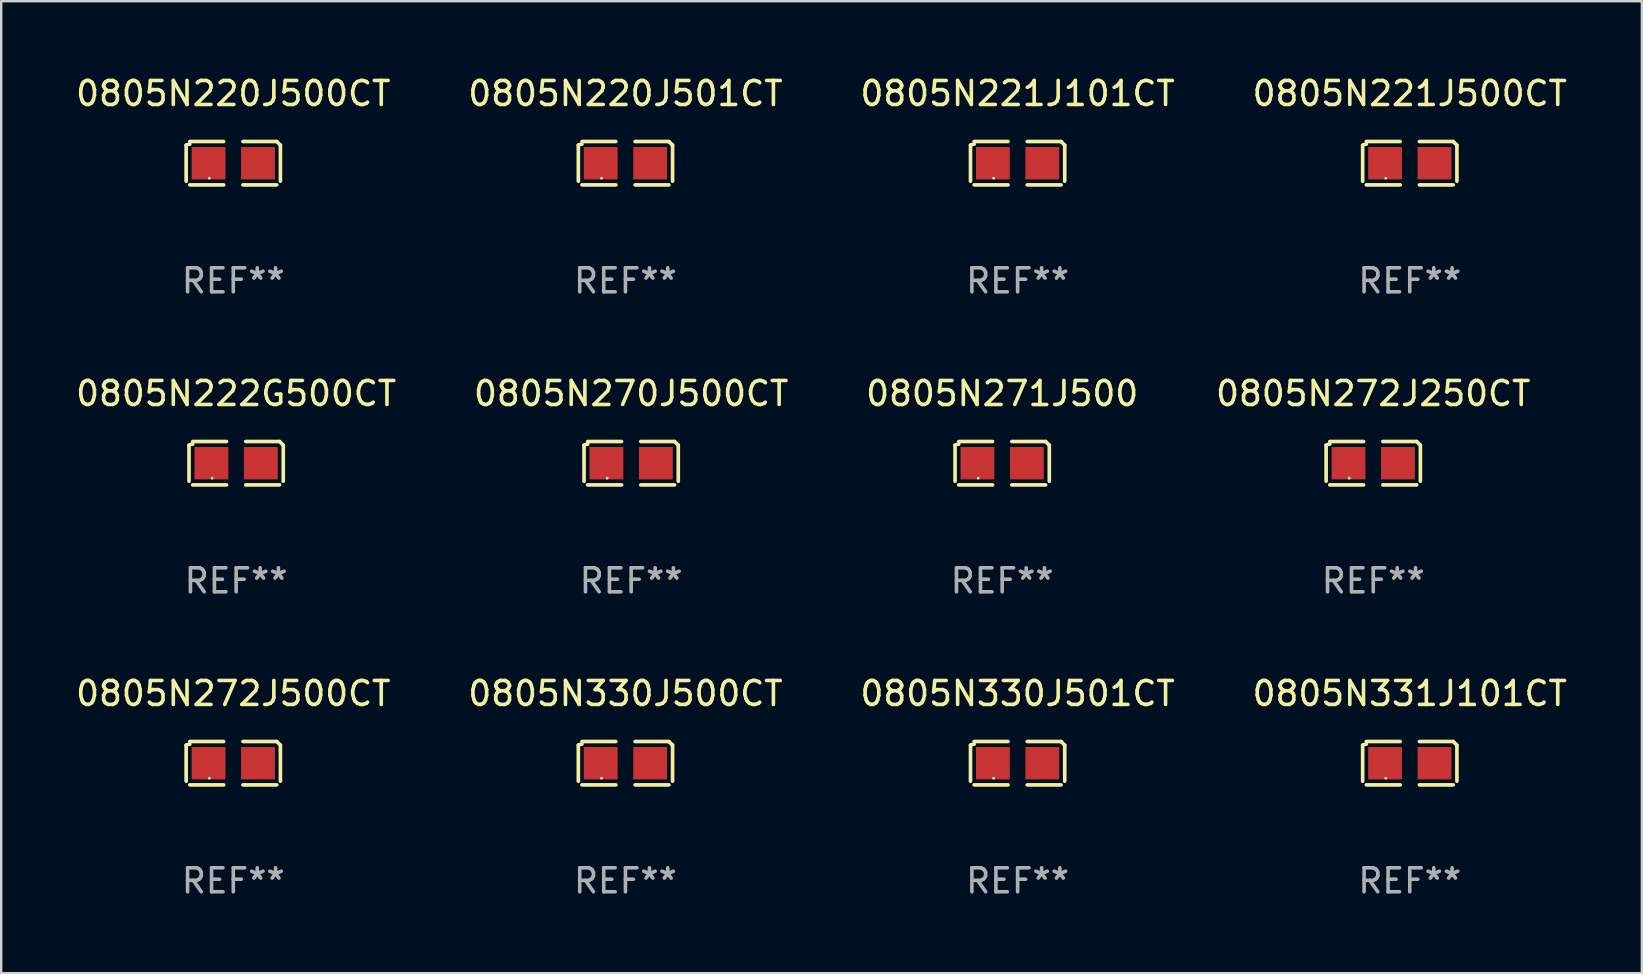
<source format=kicad_pcb>
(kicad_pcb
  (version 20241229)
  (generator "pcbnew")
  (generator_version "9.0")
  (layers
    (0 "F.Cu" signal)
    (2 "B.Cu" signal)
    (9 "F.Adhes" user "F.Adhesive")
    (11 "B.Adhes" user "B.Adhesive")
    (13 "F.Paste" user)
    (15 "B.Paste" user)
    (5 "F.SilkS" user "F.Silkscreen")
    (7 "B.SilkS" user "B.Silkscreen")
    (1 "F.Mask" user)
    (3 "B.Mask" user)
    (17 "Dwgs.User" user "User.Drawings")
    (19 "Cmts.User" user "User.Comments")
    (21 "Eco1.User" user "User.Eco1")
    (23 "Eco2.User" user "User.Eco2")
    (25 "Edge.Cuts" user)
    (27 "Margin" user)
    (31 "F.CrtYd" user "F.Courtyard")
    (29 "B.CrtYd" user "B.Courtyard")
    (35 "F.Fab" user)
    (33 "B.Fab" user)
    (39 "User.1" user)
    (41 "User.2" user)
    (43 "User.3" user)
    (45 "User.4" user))
  (footprint "0805N271J500"
    (layer "F.Cu")
    (at 38.72 16.256)
    (property "Reference" "0805N271J500" (at 0 -2.904 0) (layer "F.SilkS") (effects (font (size 1 1) (thickness 0.15))))
    (attr through_hole)
    (fp_line (start -1.964 0.751) (end -1.964 -0.751) (stroke (width 0.152) (type solid)) (layer "F.SilkS"))
    (fp_line (start -1.811 -0.904) (end -0.401 -0.904) (stroke (width 0.152) (type solid)) (layer "F.SilkS"))
    (fp_line (start -0.401 0.904) (end -1.811 0.904) (stroke (width 0.152) (type solid)) (layer "F.SilkS"))
    (fp_line (start 0.401 0.904) (end 1.811 0.904) (stroke (width 0.152) (type solid)) (layer "F.SilkS"))
    (fp_line (start 1.811 -0.904) (end 0.401 -0.904) (stroke (width 0.152) (type solid)) (layer "F.SilkS"))
    (fp_line (start 1.964 0.751) (end 1.964 -0.751) (stroke (width 0.152) (type solid)) (layer "F.SilkS"))
    (fp_arc (start -1.963602 -0.751207) (mid -1.890354 -0.783131) (end -1.811201 -0.794044) (stroke (width 0.1524) (type solid)) (layer "F.SilkS"))
    (fp_arc (start 1.811202 -0.903607) (mid 1.887413 -0.827418) (end 1.963602 -0.751207) (stroke (width 0.1524) (type solid)) (layer "F.SilkS"))
    (fp_circle (center -1 0.625) (end -0.97 0.625) (stroke (width 0.06) (type solid)) (fill no) (layer "F.SilkS"))
    (fp_text user "REF**" (at 0 4.904 0) (layer "F.Fab") (effects (font (size 1 1) (thickness 0.15))))
    (pad "1" smd rect (at -1.03 0) (size 1.41 1.35) (layers "F.Cu" "F.Mask" "F.Paste"))
    (pad "2" smd rect (at 1.03 0) (size 1.41 1.35) (layers "F.Cu" "F.Mask" "F.Paste")))
  (footprint "0805N221J101CT"
    (layer "F.Cu")
    (at 39.363 3.752)
    (property "Reference" "0805N221J101CT" (at 0 -2.904 0) (layer "F.SilkS") (effects (font (size 1 1) (thickness 0.15))))
    (attr through_hole)
    (fp_line (start -1.964 0.751) (end -1.964 -0.751) (stroke (width 0.152) (type solid)) (layer "F.SilkS"))
    (fp_line (start -1.811 -0.904) (end -0.401 -0.904) (stroke (width 0.152) (type solid)) (layer "F.SilkS"))
    (fp_line (start -0.401 0.904) (end -1.811 0.904) (stroke (width 0.152) (type solid)) (layer "F.SilkS"))
    (fp_line (start 0.401 0.904) (end 1.811 0.904) (stroke (width 0.152) (type solid)) (layer "F.SilkS"))
    (fp_line (start 1.811 -0.904) (end 0.401 -0.904) (stroke (width 0.152) (type solid)) (layer "F.SilkS"))
    (fp_line (start 1.964 0.751) (end 1.964 -0.751) (stroke (width 0.152) (type solid)) (layer "F.SilkS"))
    (fp_arc (start -1.963602 -0.751207) (mid -1.890354 -0.783131) (end -1.811201 -0.794044) (stroke (width 0.1524) (type solid)) (layer "F.SilkS"))
    (fp_arc (start 1.811202 -0.903607) (mid 1.887413 -0.827418) (end 1.963602 -0.751207) (stroke (width 0.1524) (type solid)) (layer "F.SilkS"))
    (fp_circle (center -1 0.625) (end -0.97 0.625) (stroke (width 0.06) (type solid)) (fill no) (layer "F.SilkS"))
    (fp_text user "REF**" (at 0 4.904 0) (layer "F.Fab") (effects (font (size 1 1) (thickness 0.15))))
    (pad "1" smd rect (at -1.03 0) (size 1.41 1.35) (layers "F.Cu" "F.Mask" "F.Paste"))
    (pad "2" smd rect (at 1.03 0) (size 1.41 1.35) (layers "F.Cu" "F.Mask" "F.Paste")))
  (footprint "0805N330J500CT"
    (layer "F.Cu")
    (at 23.018 28.759)
    (property "Reference" "0805N330J500CT" (at 0 -2.904 0) (layer "F.SilkS") (effects (font (size 1 1) (thickness 0.15))))
    (attr through_hole)
    (fp_line (start -1.964 0.751) (end -1.964 -0.751) (stroke (width 0.152) (type solid)) (layer "F.SilkS"))
    (fp_line (start -1.811 -0.904) (end -0.401 -0.904) (stroke (width 0.152) (type solid)) (layer "F.SilkS"))
    (fp_line (start -0.401 0.904) (end -1.811 0.904) (stroke (width 0.152) (type solid)) (layer "F.SilkS"))
    (fp_line (start 0.401 0.904) (end 1.811 0.904) (stroke (width 0.152) (type solid)) (layer "F.SilkS"))
    (fp_line (start 1.811 -0.904) (end 0.401 -0.904) (stroke (width 0.152) (type solid)) (layer "F.SilkS"))
    (fp_line (start 1.964 0.751) (end 1.964 -0.751) (stroke (width 0.152) (type solid)) (layer "F.SilkS"))
    (fp_arc (start -1.963602 -0.751207) (mid -1.890354 -0.783131) (end -1.811201 -0.794044) (stroke (width 0.1524) (type solid)) (layer "F.SilkS"))
    (fp_arc (start 1.811202 -0.903607) (mid 1.887413 -0.827418) (end 1.963602 -0.751207) (stroke (width 0.1524) (type solid)) (layer "F.SilkS"))
    (fp_circle (center -1 0.625) (end -0.97 0.625) (stroke (width 0.06) (type solid)) (fill no) (layer "F.SilkS"))
    (fp_text user "REF**" (at 0 4.904 0) (layer "F.Fab") (effects (font (size 1 1) (thickness 0.15))))
    (pad "1" smd rect (at -1.03 0) (size 1.41 1.35) (layers "F.Cu" "F.Mask" "F.Paste"))
    (pad "2" smd rect (at 1.03 0) (size 1.41 1.35) (layers "F.Cu" "F.Mask" "F.Paste")))
  (footprint "0805N331J101CT"
    (layer "F.Cu")
    (at 55.708 28.759)
    (property "Reference" "0805N331J101CT" (at 0 -2.904 0) (layer "F.SilkS") (effects (font (size 1 1) (thickness 0.15))))
    (attr through_hole)
    (fp_line (start -1.964 0.751) (end -1.964 -0.751) (stroke (width 0.152) (type solid)) (layer "F.SilkS"))
    (fp_line (start -1.811 -0.904) (end -0.401 -0.904) (stroke (width 0.152) (type solid)) (layer "F.SilkS"))
    (fp_line (start -0.401 0.904) (end -1.811 0.904) (stroke (width 0.152) (type solid)) (layer "F.SilkS"))
    (fp_line (start 0.401 0.904) (end 1.811 0.904) (stroke (width 0.152) (type solid)) (layer "F.SilkS"))
    (fp_line (start 1.811 -0.904) (end 0.401 -0.904) (stroke (width 0.152) (type solid)) (layer "F.SilkS"))
    (fp_line (start 1.964 0.751) (end 1.964 -0.751) (stroke (width 0.152) (type solid)) (layer "F.SilkS"))
    (fp_arc (start -1.963602 -0.751207) (mid -1.890354 -0.783131) (end -1.811201 -0.794044) (stroke (width 0.1524) (type solid)) (layer "F.SilkS"))
    (fp_arc (start 1.811202 -0.903607) (mid 1.887413 -0.827418) (end 1.963602 -0.751207) (stroke (width 0.1524) (type solid)) (layer "F.SilkS"))
    (fp_circle (center -1 0.625) (end -0.97 0.625) (stroke (width 0.06) (type solid)) (fill no) (layer "F.SilkS"))
    (fp_text user "REF**" (at 0 4.904 0) (layer "F.Fab") (effects (font (size 1 1) (thickness 0.15))))
    (pad "1" smd rect (at -1.03 0) (size 1.41 1.35) (layers "F.Cu" "F.Mask" "F.Paste"))
    (pad "2" smd rect (at 1.03 0) (size 1.41 1.35) (layers "F.Cu" "F.Mask" "F.Paste")))
  (footprint "0805N270J500CT"
    (layer "F.Cu")
    (at 23.256 16.256)
    (property "Reference" "0805N270J500CT" (at 0 -2.904 0) (layer "F.SilkS") (effects (font (size 1 1) (thickness 0.15))))
    (attr through_hole)
    (fp_line (start -1.964 0.751) (end -1.964 -0.751) (stroke (width 0.152) (type solid)) (layer "F.SilkS"))
    (fp_line (start -1.811 -0.904) (end -0.401 -0.904) (stroke (width 0.152) (type solid)) (layer "F.SilkS"))
    (fp_line (start -0.401 0.904) (end -1.811 0.904) (stroke (width 0.152) (type solid)) (layer "F.SilkS"))
    (fp_line (start 0.401 0.904) (end 1.811 0.904) (stroke (width 0.152) (type solid)) (layer "F.SilkS"))
    (fp_line (start 1.811 -0.904) (end 0.401 -0.904) (stroke (width 0.152) (type solid)) (layer "F.SilkS"))
    (fp_line (start 1.964 0.751) (end 1.964 -0.751) (stroke (width 0.152) (type solid)) (layer "F.SilkS"))
    (fp_arc (start -1.963602 -0.751207) (mid -1.890354 -0.783131) (end -1.811201 -0.794044) (stroke (width 0.1524) (type solid)) (layer "F.SilkS"))
    (fp_arc (start 1.811202 -0.903607) (mid 1.887413 -0.827418) (end 1.963602 -0.751207) (stroke (width 0.1524) (type solid)) (layer "F.SilkS"))
    (fp_circle (center -1 0.625) (end -0.97 0.625) (stroke (width 0.06) (type solid)) (fill no) (layer "F.SilkS"))
    (fp_text user "REF**" (at 0 4.904 0) (layer "F.Fab") (effects (font (size 1 1) (thickness 0.15))))
    (pad "1" smd rect (at -1.03 0) (size 1.41 1.35) (layers "F.Cu" "F.Mask" "F.Paste"))
    (pad "2" smd rect (at 1.03 0) (size 1.41 1.35) (layers "F.Cu" "F.Mask" "F.Paste")))
  (footprint "0805N220J501CT"
    (layer "F.Cu")
    (at 23.018 3.752)
    (property "Reference" "0805N220J501CT" (at 0 -2.904 0) (layer "F.SilkS") (effects (font (size 1 1) (thickness 0.15))))
    (attr through_hole)
    (fp_line (start -1.964 0.751) (end -1.964 -0.751) (stroke (width 0.152) (type solid)) (layer "F.SilkS"))
    (fp_line (start -1.811 -0.904) (end -0.401 -0.904) (stroke (width 0.152) (type solid)) (layer "F.SilkS"))
    (fp_line (start -0.401 0.904) (end -1.811 0.904) (stroke (width 0.152) (type solid)) (layer "F.SilkS"))
    (fp_line (start 0.401 0.904) (end 1.811 0.904) (stroke (width 0.152) (type solid)) (layer "F.SilkS"))
    (fp_line (start 1.811 -0.904) (end 0.401 -0.904) (stroke (width 0.152) (type solid)) (layer "F.SilkS"))
    (fp_line (start 1.964 0.751) (end 1.964 -0.751) (stroke (width 0.152) (type solid)) (layer "F.SilkS"))
    (fp_arc (start -1.963602 -0.751207) (mid -1.890354 -0.783131) (end -1.811201 -0.794044) (stroke (width 0.1524) (type solid)) (layer "F.SilkS"))
    (fp_arc (start 1.811202 -0.903607) (mid 1.887413 -0.827418) (end 1.963602 -0.751207) (stroke (width 0.1524) (type solid)) (layer "F.SilkS"))
    (fp_circle (center -1 0.625) (end -0.97 0.625) (stroke (width 0.06) (type solid)) (fill no) (layer "F.SilkS"))
    (fp_text user "REF**" (at 0 4.904 0) (layer "F.Fab") (effects (font (size 1 1) (thickness 0.15))))
    (pad "1" smd rect (at -1.03 0) (size 1.41 1.35) (layers "F.Cu" "F.Mask" "F.Paste"))
    (pad "2" smd rect (at 1.03 0) (size 1.41 1.35) (layers "F.Cu" "F.Mask" "F.Paste")))
  (footprint "0805N222G500CT"
    (layer "F.Cu")
    (at 6.792 16.256)
    (property "Reference" "0805N222G500CT" (at 0 -2.904 0) (layer "F.SilkS") (effects (font (size 1 1) (thickness 0.15))))
    (attr through_hole)
    (fp_line (start -1.964 0.751) (end -1.964 -0.751) (stroke (width 0.152) (type solid)) (layer "F.SilkS"))
    (fp_line (start -1.811 -0.904) (end -0.401 -0.904) (stroke (width 0.152) (type solid)) (layer "F.SilkS"))
    (fp_line (start -0.401 0.904) (end -1.811 0.904) (stroke (width 0.152) (type solid)) (layer "F.SilkS"))
    (fp_line (start 0.401 0.904) (end 1.811 0.904) (stroke (width 0.152) (type solid)) (layer "F.SilkS"))
    (fp_line (start 1.811 -0.904) (end 0.401 -0.904) (stroke (width 0.152) (type solid)) (layer "F.SilkS"))
    (fp_line (start 1.964 0.751) (end 1.964 -0.751) (stroke (width 0.152) (type solid)) (layer "F.SilkS"))
    (fp_arc (start -1.963602 -0.751207) (mid -1.890354 -0.783131) (end -1.811201 -0.794044) (stroke (width 0.1524) (type solid)) (layer "F.SilkS"))
    (fp_arc (start 1.811202 -0.903607) (mid 1.887413 -0.827418) (end 1.963602 -0.751207) (stroke (width 0.1524) (type solid)) (layer "F.SilkS"))
    (fp_circle (center -1 0.625) (end -0.97 0.625) (stroke (width 0.06) (type solid)) (fill no) (layer "F.SilkS"))
    (fp_text user "REF**" (at 0 4.904 0) (layer "F.Fab") (effects (font (size 1 1) (thickness 0.15))))
    (pad "1" smd rect (at -1.03 0) (size 1.41 1.35) (layers "F.Cu" "F.Mask" "F.Paste"))
    (pad "2" smd rect (at 1.03 0) (size 1.41 1.35) (layers "F.Cu" "F.Mask" "F.Paste")))
  (footprint "0805N330J501CT"
    (layer "F.Cu")
    (at 39.363 28.759)
    (property "Reference" "0805N330J501CT" (at 0 -2.904 0) (layer "F.SilkS") (effects (font (size 1 1) (thickness 0.15))))
    (attr through_hole)
    (fp_line (start -1.964 0.751) (end -1.964 -0.751) (stroke (width 0.152) (type solid)) (layer "F.SilkS"))
    (fp_line (start -1.811 -0.904) (end -0.401 -0.904) (stroke (width 0.152) (type solid)) (layer "F.SilkS"))
    (fp_line (start -0.401 0.904) (end -1.811 0.904) (stroke (width 0.152) (type solid)) (layer "F.SilkS"))
    (fp_line (start 0.401 0.904) (end 1.811 0.904) (stroke (width 0.152) (type solid)) (layer "F.SilkS"))
    (fp_line (start 1.811 -0.904) (end 0.401 -0.904) (stroke (width 0.152) (type solid)) (layer "F.SilkS"))
    (fp_line (start 1.964 0.751) (end 1.964 -0.751) (stroke (width 0.152) (type solid)) (layer "F.SilkS"))
    (fp_arc (start -1.963602 -0.751207) (mid -1.890354 -0.783131) (end -1.811201 -0.794044) (stroke (width 0.1524) (type solid)) (layer "F.SilkS"))
    (fp_arc (start 1.811202 -0.903607) (mid 1.887413 -0.827418) (end 1.963602 -0.751207) (stroke (width 0.1524) (type solid)) (layer "F.SilkS"))
    (fp_circle (center -1 0.625) (end -0.97 0.625) (stroke (width 0.06) (type solid)) (fill no) (layer "F.SilkS"))
    (fp_text user "REF**" (at 0 4.904 0) (layer "F.Fab") (effects (font (size 1 1) (thickness 0.15))))
    (pad "1" smd rect (at -1.03 0) (size 1.41 1.35) (layers "F.Cu" "F.Mask" "F.Paste"))
    (pad "2" smd rect (at 1.03 0) (size 1.41 1.35) (layers "F.Cu" "F.Mask" "F.Paste")))
  (footprint "0805N220J500CT"
    (layer "F.Cu")
    (at 6.673 3.752)
    (property "Reference" "0805N220J500CT" (at 0 -2.904 0) (layer "F.SilkS") (effects (font (size 1 1) (thickness 0.15))))
    (attr through_hole)
    (fp_line (start -1.964 0.751) (end -1.964 -0.751) (stroke (width 0.152) (type solid)) (layer "F.SilkS"))
    (fp_line (start -1.811 -0.904) (end -0.401 -0.904) (stroke (width 0.152) (type solid)) (layer "F.SilkS"))
    (fp_line (start -0.401 0.904) (end -1.811 0.904) (stroke (width 0.152) (type solid)) (layer "F.SilkS"))
    (fp_line (start 0.401 0.904) (end 1.811 0.904) (stroke (width 0.152) (type solid)) (layer "F.SilkS"))
    (fp_line (start 1.811 -0.904) (end 0.401 -0.904) (stroke (width 0.152) (type solid)) (layer "F.SilkS"))
    (fp_line (start 1.964 0.751) (end 1.964 -0.751) (stroke (width 0.152) (type solid)) (layer "F.SilkS"))
    (fp_arc (start -1.963602 -0.751207) (mid -1.890354 -0.783131) (end -1.811201 -0.794044) (stroke (width 0.1524) (type solid)) (layer "F.SilkS"))
    (fp_arc (start 1.811202 -0.903607) (mid 1.887413 -0.827418) (end 1.963602 -0.751207) (stroke (width 0.1524) (type solid)) (layer "F.SilkS"))
    (fp_circle (center -1 0.625) (end -0.97 0.625) (stroke (width 0.06) (type solid)) (fill no) (layer "F.SilkS"))
    (fp_text user "REF**" (at 0 4.904 0) (layer "F.Fab") (effects (font (size 1 1) (thickness 0.15))))
    (pad "1" smd rect (at -1.03 0) (size 1.41 1.35) (layers "F.Cu" "F.Mask" "F.Paste"))
    (pad "2" smd rect (at 1.03 0) (size 1.41 1.35) (layers "F.Cu" "F.Mask" "F.Paste")))
  (footprint "0805N272J250CT"
    (layer "F.Cu")
    (at 54.185 16.256)
    (property "Reference" "0805N272J250CT" (at 0 -2.904 0) (layer "F.SilkS") (effects (font (size 1 1) (thickness 0.15))))
    (attr through_hole)
    (fp_line (start -1.964 0.751) (end -1.964 -0.751) (stroke (width 0.152) (type solid)) (layer "F.SilkS"))
    (fp_line (start -1.811 -0.904) (end -0.401 -0.904) (stroke (width 0.152) (type solid)) (layer "F.SilkS"))
    (fp_line (start -0.401 0.904) (end -1.811 0.904) (stroke (width 0.152) (type solid)) (layer "F.SilkS"))
    (fp_line (start 0.401 0.904) (end 1.811 0.904) (stroke (width 0.152) (type solid)) (layer "F.SilkS"))
    (fp_line (start 1.811 -0.904) (end 0.401 -0.904) (stroke (width 0.152) (type solid)) (layer "F.SilkS"))
    (fp_line (start 1.964 0.751) (end 1.964 -0.751) (stroke (width 0.152) (type solid)) (layer "F.SilkS"))
    (fp_arc (start -1.963602 -0.751207) (mid -1.890354 -0.783131) (end -1.811201 -0.794044) (stroke (width 0.1524) (type solid)) (layer "F.SilkS"))
    (fp_arc (start 1.811202 -0.903607) (mid 1.887413 -0.827418) (end 1.963602 -0.751207) (stroke (width 0.1524) (type solid)) (layer "F.SilkS"))
    (fp_circle (center -1 0.625) (end -0.97 0.625) (stroke (width 0.06) (type solid)) (fill no) (layer "F.SilkS"))
    (fp_text user "REF**" (at 0 4.904 0) (layer "F.Fab") (effects (font (size 1 1) (thickness 0.15))))
    (pad "1" smd rect (at -1.03 0) (size 1.41 1.35) (layers "F.Cu" "F.Mask" "F.Paste"))
    (pad "2" smd rect (at 1.03 0) (size 1.41 1.35) (layers "F.Cu" "F.Mask" "F.Paste")))
  (footprint "0805N221J500CT"
    (layer "F.Cu")
    (at 55.708 3.752)
    (property "Reference" "0805N221J500CT" (at 0 -2.904 0) (layer "F.SilkS") (effects (font (size 1 1) (thickness 0.15))))
    (attr through_hole)
    (fp_line (start -1.964 0.751) (end -1.964 -0.751) (stroke (width 0.152) (type solid)) (layer "F.SilkS"))
    (fp_line (start -1.811 -0.904) (end -0.401 -0.904) (stroke (width 0.152) (type solid)) (layer "F.SilkS"))
    (fp_line (start -0.401 0.904) (end -1.811 0.904) (stroke (width 0.152) (type solid)) (layer "F.SilkS"))
    (fp_line (start 0.401 0.904) (end 1.811 0.904) (stroke (width 0.152) (type solid)) (layer "F.SilkS"))
    (fp_line (start 1.811 -0.904) (end 0.401 -0.904) (stroke (width 0.152) (type solid)) (layer "F.SilkS"))
    (fp_line (start 1.964 0.751) (end 1.964 -0.751) (stroke (width 0.152) (type solid)) (layer "F.SilkS"))
    (fp_arc (start -1.963602 -0.751207) (mid -1.890354 -0.783131) (end -1.811201 -0.794044) (stroke (width 0.1524) (type solid)) (layer "F.SilkS"))
    (fp_arc (start 1.811202 -0.903607) (mid 1.887413 -0.827418) (end 1.963602 -0.751207) (stroke (width 0.1524) (type solid)) (layer "F.SilkS"))
    (fp_circle (center -1 0.625) (end -0.97 0.625) (stroke (width 0.06) (type solid)) (fill no) (layer "F.SilkS"))
    (fp_text user "REF**" (at 0 4.904 0) (layer "F.Fab") (effects (font (size 1 1) (thickness 0.15))))
    (pad "1" smd rect (at -1.03 0) (size 1.41 1.35) (layers "F.Cu" "F.Mask" "F.Paste"))
    (pad "2" smd rect (at 1.03 0) (size 1.41 1.35) (layers "F.Cu" "F.Mask" "F.Paste")))
  (footprint "0805N272J500CT"
    (layer "F.Cu")
    (at 6.673 28.759)
    (property "Reference" "0805N272J500CT" (at 0 -2.904 0) (layer "F.SilkS") (effects (font (size 1 1) (thickness 0.15))))
    (attr through_hole)
    (fp_line (start -1.964 0.751) (end -1.964 -0.751) (stroke (width 0.152) (type solid)) (layer "F.SilkS"))
    (fp_line (start -1.811 -0.904) (end -0.401 -0.904) (stroke (width 0.152) (type solid)) (layer "F.SilkS"))
    (fp_line (start -0.401 0.904) (end -1.811 0.904) (stroke (width 0.152) (type solid)) (layer "F.SilkS"))
    (fp_line (start 0.401 0.904) (end 1.811 0.904) (stroke (width 0.152) (type solid)) (layer "F.SilkS"))
    (fp_line (start 1.811 -0.904) (end 0.401 -0.904) (stroke (width 0.152) (type solid)) (layer "F.SilkS"))
    (fp_line (start 1.964 0.751) (end 1.964 -0.751) (stroke (width 0.152) (type solid)) (layer "F.SilkS"))
    (fp_arc (start -1.963602 -0.751207) (mid -1.890354 -0.783131) (end -1.811201 -0.794044) (stroke (width 0.1524) (type solid)) (layer "F.SilkS"))
    (fp_arc (start 1.811202 -0.903607) (mid 1.887413 -0.827418) (end 1.963602 -0.751207) (stroke (width 0.1524) (type solid)) (layer "F.SilkS"))
    (fp_circle (center -1 0.625) (end -0.97 0.625) (stroke (width 0.06) (type solid)) (fill no) (layer "F.SilkS"))
    (fp_text user "REF**" (at 0 4.904 0) (layer "F.Fab") (effects (font (size 1 1) (thickness 0.15))))
    (pad "1" smd rect (at -1.03 0) (size 1.41 1.35) (layers "F.Cu" "F.Mask" "F.Paste"))
    (pad "2" smd rect (at 1.03 0) (size 1.41 1.35) (layers "F.Cu" "F.Mask" "F.Paste")))
  (gr_rect
    (start -3 -3)
    (end 65.381 37.511)
    (stroke (width 0.1) (type default))
    (fill no)
    (layer "Edge.Cuts")))
</source>
